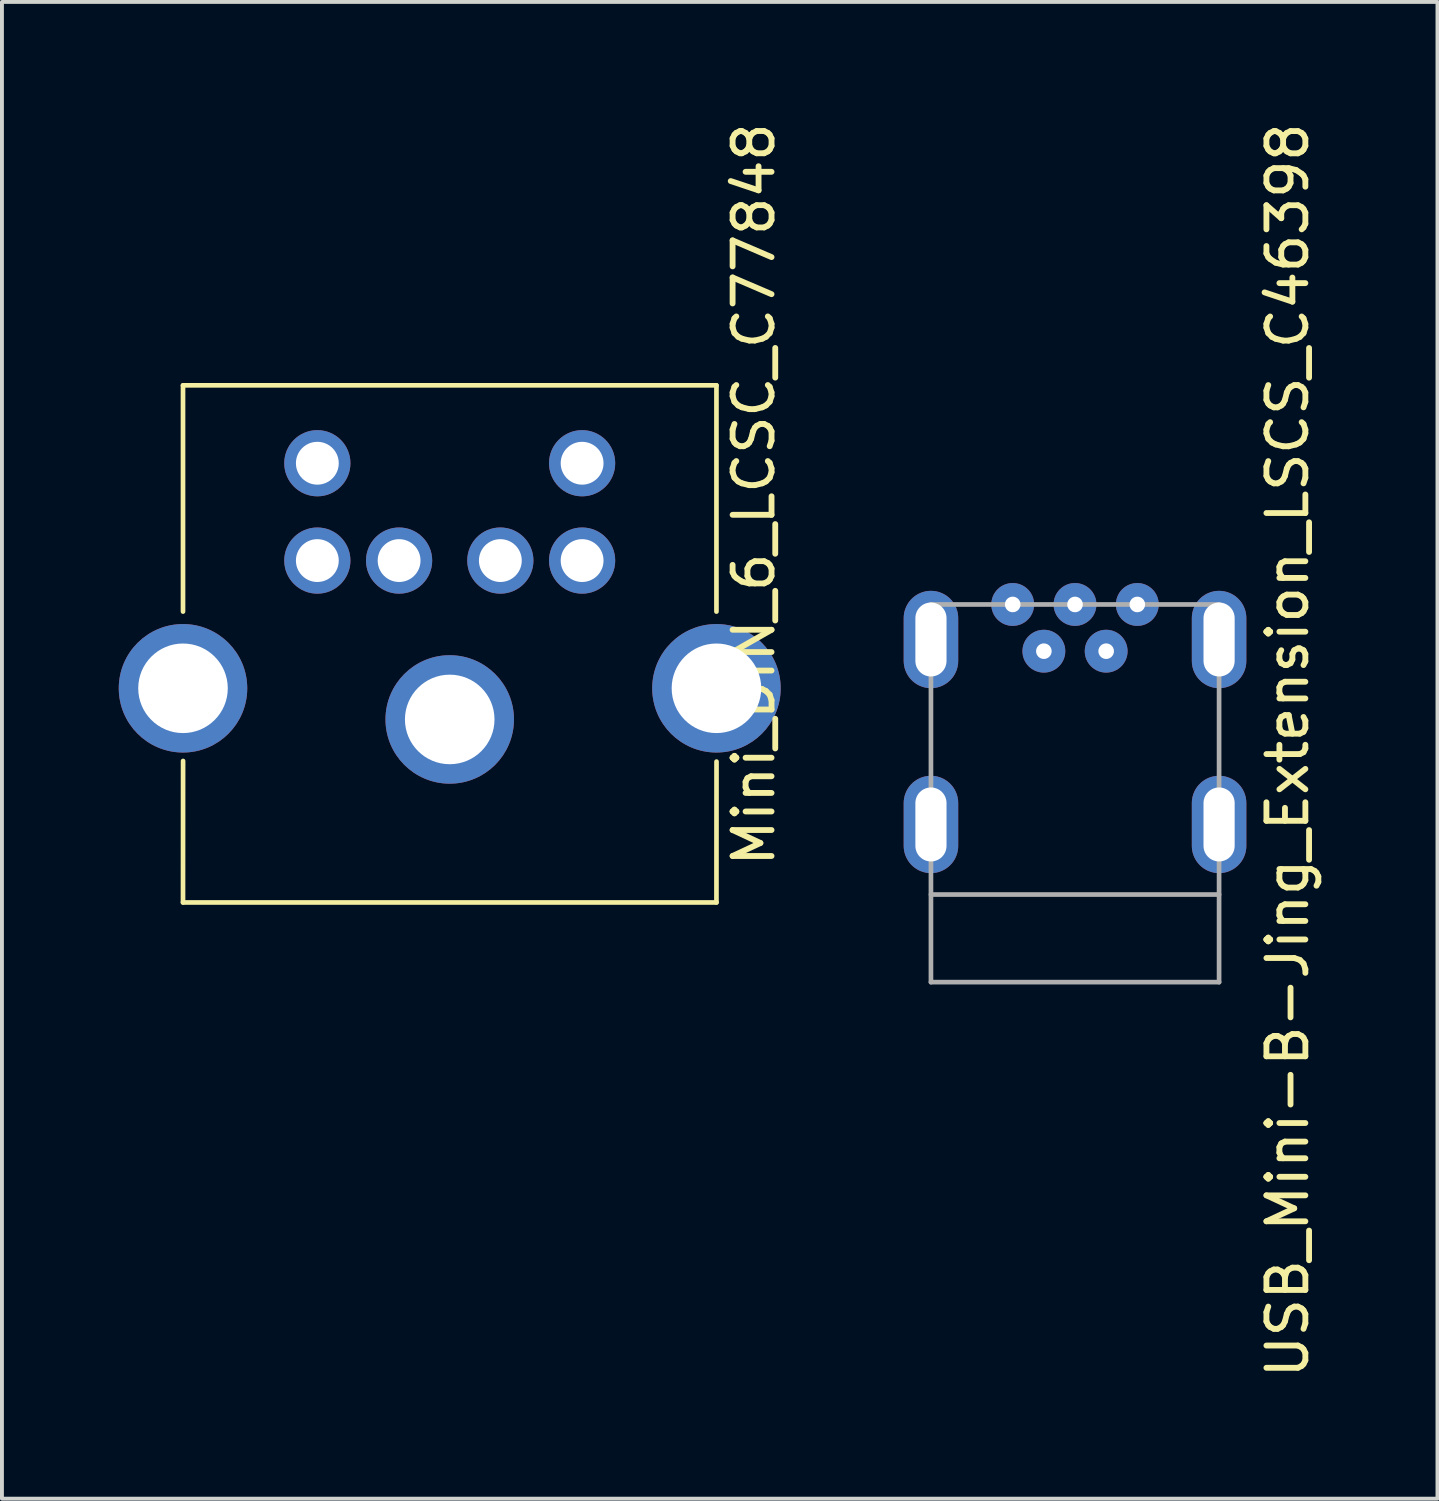
<source format=kicad_pcb>
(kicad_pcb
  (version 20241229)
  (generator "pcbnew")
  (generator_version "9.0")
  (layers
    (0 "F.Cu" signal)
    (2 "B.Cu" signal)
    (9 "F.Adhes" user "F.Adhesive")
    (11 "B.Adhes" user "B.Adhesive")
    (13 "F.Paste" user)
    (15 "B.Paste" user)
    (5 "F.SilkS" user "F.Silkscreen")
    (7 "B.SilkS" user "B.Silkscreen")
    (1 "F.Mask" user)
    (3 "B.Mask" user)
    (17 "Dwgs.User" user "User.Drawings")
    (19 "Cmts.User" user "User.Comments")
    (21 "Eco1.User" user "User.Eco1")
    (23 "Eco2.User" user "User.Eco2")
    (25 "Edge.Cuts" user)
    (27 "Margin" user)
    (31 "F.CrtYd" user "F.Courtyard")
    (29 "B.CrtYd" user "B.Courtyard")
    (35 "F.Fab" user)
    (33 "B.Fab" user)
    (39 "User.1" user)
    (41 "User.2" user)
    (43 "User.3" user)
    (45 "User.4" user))
  (footprint "USB_Mini-B-Jing_Extension_LSCS_C46398"
    (layer "F.Cu")
    (at 24.559 12.474)
    (property "Reference" "USB_Mini-B-Jing_Extension_LSCS_C46398" (at 5.461 3.747 90) (layer "F.SilkS") (effects (font (size 1 1) (thickness 0.15))))
    (attr through_hole)
    (fp_line (start -3.7 0) (end 3.7 0) (stroke (width 0.12) (type solid)) (layer "F.Fab"))
    (fp_line (start -3.7 7.45) (end 3.7 7.45) (stroke (width 0.12) (type solid)) (layer "F.Fab"))
    (fp_line (start -3.7 9.7) (end -3.7 0) (stroke (width 0.12) (type solid)) (layer "F.Fab"))
    (fp_line (start -3.7 9.7) (end 3.7 9.7) (stroke (width 0.12) (type solid)) (layer "F.Fab"))
    (fp_line (start 3.7 0) (end 3.7 9.7) (stroke (width 0.12) (type solid)) (layer "F.Fab"))
    (pad "1" thru_hole circle (at -1.6 0) (size 1.1 1.1) (drill 0.4) (layers "*.Cu" "*.Mask"))
    (pad "2" thru_hole circle (at -0.8 1.2) (size 1.1 1.1) (drill 0.4) (layers "*.Cu" "*.Mask"))
    (pad "3" thru_hole circle (at 0 0) (size 1.1 1.1) (drill 0.4) (layers "*.Cu" "*.Mask"))
    (pad "4" thru_hole circle (at 0.8 1.2) (size 1.1 1.1) (drill 0.4) (layers "*.Cu" "*.Mask"))
    (pad "5" thru_hole circle (at 1.6 0) (size 1.1 1.1) (drill 0.4) (layers "*.Cu" "*.Mask"))
    (pad "6" thru_hole oval (at -3.7 0.9) (size 1.4 2.5) (drill oval 0.8 1.9) (layers "*.Cu" "*.Mask"))
    (pad "6" thru_hole oval (at -3.7 5.65) (size 1.4 2.5) (drill oval 0.8 1.9) (layers "*.Cu" "*.Mask"))
    (pad "6" thru_hole oval (at 3.7 0.9) (size 1.4 2.5) (drill oval 0.8 1.9) (layers "*.Cu" "*.Mask"))
    (pad "6" thru_hole oval (at 3.7 5.65) (size 1.4 2.5) (drill oval 0.8 1.9) (layers "*.Cu" "*.Mask")))
  (footprint "Mini_DIN_6_LCSC_C77848"
    (layer "F.Cu")
    (at 5.1 8.847)
    (property "Reference" "Mini_DIN_6_LCSC_C77848" (at 11.21 0.801 90) (layer "F.SilkS") (effects (font (size 1 1) (thickness 0.15))))
    (attr through_hole)
    (fp_line (start -3.45 -2) (end -3.45 3.81) (stroke (width 0.12) (type solid)) (layer "F.SilkS"))
    (fp_line (start -3.45 -2) (end 10.25 -2) (stroke (width 0.12) (type solid)) (layer "F.SilkS"))
    (fp_line (start -3.45 11.28) (end -3.448 7.647) (stroke (width 0.12) (type solid)) (layer "F.SilkS"))
    (fp_line (start 10.25 -2) (end 10.25 3.81) (stroke (width 0.12) (type solid)) (layer "F.SilkS"))
    (fp_line (start 10.25 11.28) (end -3.45 11.28) (stroke (width 0.12) (type solid)) (layer "F.SilkS"))
    (fp_line (start 10.25 11.28) (end 10.252 7.663) (stroke (width 0.12) (type solid)) (layer "F.SilkS"))
    (pad "1" thru_hole circle (at 4.7 2.5) (size 1.7 1.7) (drill 1.1) (layers "*.Cu" "*.Mask"))
    (pad "2" thru_hole circle (at 2.1 2.5) (size 1.7 1.7) (drill 1.1) (layers "*.Cu" "*.Mask"))
    (pad "3" thru_hole circle (at 6.8 2.5) (size 1.7 1.7) (drill 1.1) (layers "*.Cu" "*.Mask"))
    (pad "4" thru_hole circle (at 0 2.5) (size 1.7 1.7) (drill 1.1) (layers "*.Cu" "*.Mask"))
    (pad "5" thru_hole circle (at 6.8 0) (size 1.7 1.7) (drill 1.1) (layers "*.Cu" "*.Mask"))
    (pad "6" thru_hole circle (at 0 0) (size 1.7 1.7) (drill 1.1) (layers "*.Cu" "*.Mask"))
    (pad "7" thru_hole circle (at -3.45 5.78) (size 3.3 3.3) (drill 2.3) (layers "*.Cu" "*.Mask"))
    (pad "7" thru_hole circle (at 3.4 6.58) (size 3.3 3.3) (drill 2.3) (layers "*.Cu" "*.Mask"))
    (pad "7" thru_hole circle (at 10.25 5.78) (size 3.3 3.3) (drill 2.3) (layers "*.Cu" "*.Mask")))
  (gr_rect
    (start -3 -3)
    (end 33.868 35.44)
    (stroke (width 0.1) (type default))
    (fill no)
    (layer "Edge.Cuts")))
</source>
